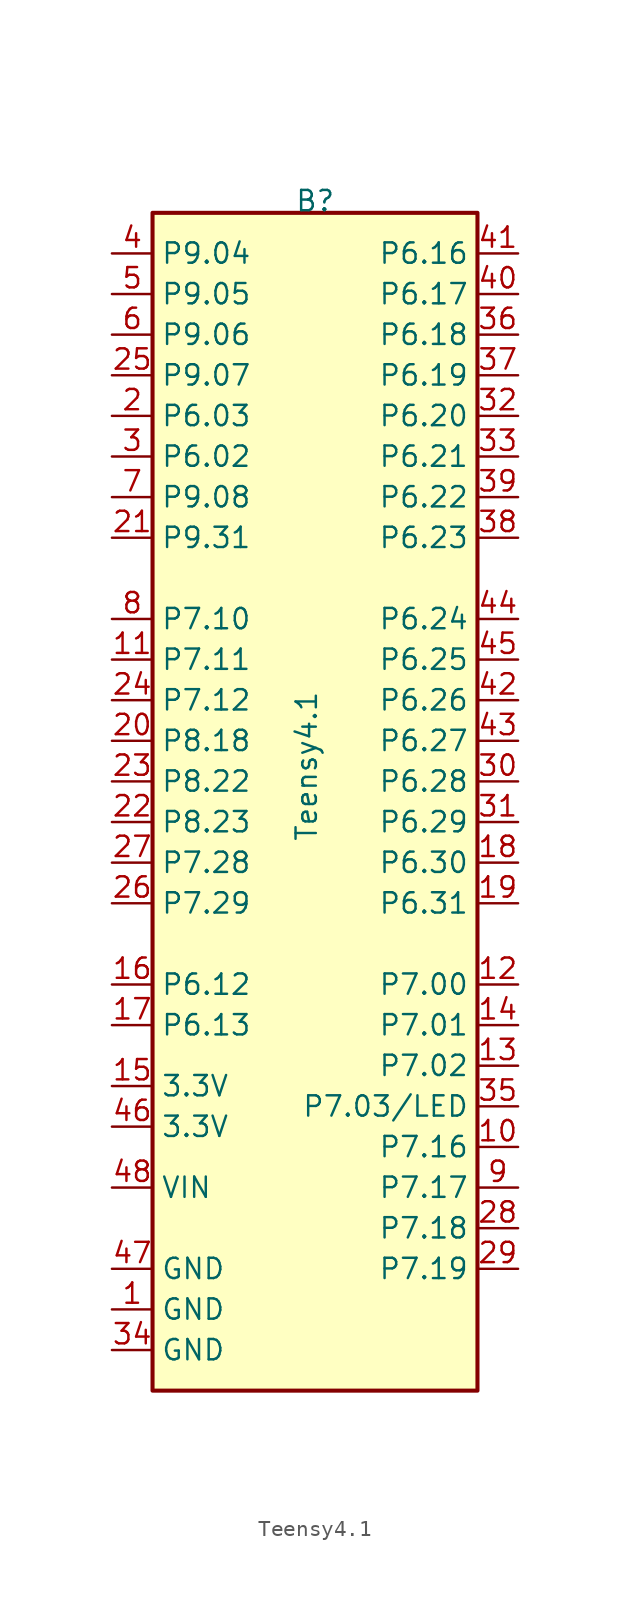
<source format=kicad_sym>
(kicad_symbol_lib
  (version 20231120)
  (generator "kicad_symbol_editor")
  (generator_version "8.0")
  (symbol "Teensy4.1"
    (property "Reference" "B"
      (at -1.27 30.48 0)
      (effects (font (size 1.27 1.27)) (justify left bottom)))
    (property "Value" "Teensy4.1"
      (at -1.27 -8.89 90)
      (effects (font (size 1.27 1.27)) (justify left top)))
    (symbol "Teensy4.1_0_0"
      (pin power_in line (at -12.7 -24.13 0) (length 2.54) (name "3.3V" (effects (font (size 1.27 1.27)))) (number "15" (effects (font (size 1.27 1.27)))))
      (pin bidirectional line (at -12.7 20.32 0) (length 2.54) (name "P9.07" (effects (font (size 1.27 1.27)))) (number "25" (effects (font (size 1.27 1.27)))))
      (pin power_in line (at -12.7 -35.56 0) (length 2.54) (name "GND" (effects (font (size 1.27 1.27)))) (number "47" (effects (font (size 1.27 1.27))))))
    (symbol "Teensy4.1_0_1"
      (rectangle (start -10.16 -43.18) (end 10.16 30.48) (stroke (width 0.254) (type default)) (fill (type background))))
    (symbol "Teensy4.1_1_1"
      (pin power_out line (at -12.7 -38.1 0) (length 2.54) (name "GND" (effects (font (size 1.27 1.27)))) (number "1" (effects (font (size 1.27 1.27)))))
      (pin bidirectional line (at 12.7 -27.94 180) (length 2.54) (name "P7.16" (effects (font (size 1.27 1.27)))) (number "10" (effects (font (size 1.27 1.27)))))
      (pin bidirectional line (at -12.7 2.54 0) (length 2.54) (name "P7.11" (effects (font (size 1.27 1.27)))) (number "11" (effects (font (size 1.27 1.27)))))
      (pin bidirectional line (at 12.7 -17.78 180) (length 2.54) (name "P7.00" (effects (font (size 1.27 1.27)))) (number "12" (effects (font (size 1.27 1.27)))))
      (pin bidirectional line (at 12.7 -22.86 180) (length 2.54) (name "P7.02" (effects (font (size 1.27 1.27)))) (number "13" (effects (font (size 1.27 1.27)))))
      (pin bidirectional line (at 12.7 -20.32 180) (length 2.54) (name "P7.01" (effects (font (size 1.27 1.27)))) (number "14" (effects (font (size 1.27 1.27)))))
      (pin bidirectional line (at -12.7 -17.78 0) (length 2.54) (name "P6.12" (effects (font (size 1.27 1.27)))) (number "16" (effects (font (size 1.27 1.27)))))
      (pin bidirectional line (at -12.7 -20.32 0) (length 2.54) (name "P6.13" (effects (font (size 1.27 1.27)))) (number "17" (effects (font (size 1.27 1.27)))))
      (pin bidirectional line (at 12.7 -10.16 180) (length 2.54) (name "P6.30" (effects (font (size 1.27 1.27)))) (number "18" (effects (font (size 1.27 1.27)))))
      (pin bidirectional line (at 12.7 -12.7 180) (length 2.54) (name "P6.31" (effects (font (size 1.27 1.27)))) (number "19" (effects (font (size 1.27 1.27)))))
      (pin bidirectional line (at -12.7 17.78 0) (length 2.54) (name "P6.03" (effects (font (size 1.27 1.27)))) (number "2" (effects (font (size 1.27 1.27)))))
      (pin bidirectional line (at -12.7 -2.54 0) (length 2.54) (name "P8.18" (effects (font (size 1.27 1.27)))) (number "20" (effects (font (size 1.27 1.27)))))
      (pin bidirectional line (at -12.7 10.16 0) (length 2.54) (name "P9.31" (effects (font (size 1.27 1.27)))) (number "21" (effects (font (size 1.27 1.27)))))
      (pin bidirectional line (at -12.7 -7.62 0) (length 2.54) (name "P8.23" (effects (font (size 1.27 1.27)))) (number "22" (effects (font (size 1.27 1.27)))))
      (pin bidirectional line (at -12.7 -5.08 0) (length 2.54) (name "P8.22" (effects (font (size 1.27 1.27)))) (number "23" (effects (font (size 1.27 1.27)))))
      (pin bidirectional line (at -12.7 0 0) (length 2.54) (name "P7.12" (effects (font (size 1.27 1.27)))) (number "24" (effects (font (size 1.27 1.27)))))
      (pin bidirectional line (at -12.7 -12.7 0) (length 2.54) (name "P7.29" (effects (font (size 1.27 1.27)))) (number "26" (effects (font (size 1.27 1.27)))))
      (pin bidirectional line (at -12.7 -10.16 0) (length 2.54) (name "P7.28" (effects (font (size 1.27 1.27)))) (number "27" (effects (font (size 1.27 1.27)))))
      (pin bidirectional line (at 12.7 -33.02 180) (length 2.54) (name "P7.18" (effects (font (size 1.27 1.27)))) (number "28" (effects (font (size 1.27 1.27)))))
      (pin bidirectional line (at 12.7 -35.56 180) (length 2.54) (name "P7.19" (effects (font (size 1.27 1.27)))) (number "29" (effects (font (size 1.27 1.27)))))
      (pin bidirectional line (at -12.7 15.24 0) (length 2.54) (name "P6.02" (effects (font (size 1.27 1.27)))) (number "3" (effects (font (size 1.27 1.27)))))
      (pin bidirectional line (at 12.7 -5.08 180) (length 2.54) (name "P6.28" (effects (font (size 1.27 1.27)))) (number "30" (effects (font (size 1.27 1.27)))))
      (pin bidirectional line (at 12.7 -7.62 180) (length 2.54) (name "P6.29" (effects (font (size 1.27 1.27)))) (number "31" (effects (font (size 1.27 1.27)))))
      (pin bidirectional line (at 12.7 17.78 180) (length 2.54) (name "P6.20" (effects (font (size 1.27 1.27)))) (number "32" (effects (font (size 1.27 1.27)))))
      (pin bidirectional line (at 12.7 15.24 180) (length 2.54) (name "P6.21" (effects (font (size 1.27 1.27)))) (number "33" (effects (font (size 1.27 1.27)))))
      (pin power_in line (at -12.7 -40.64 0) (length 2.54) (name "GND" (effects (font (size 1.27 1.27)))) (number "34" (effects (font (size 1.27 1.27)))))
      (pin bidirectional line (at 12.7 -25.4 180) (length 2.54) (name "P7.03/LED" (effects (font (size 1.27 1.27)))) (number "35" (effects (font (size 1.27 1.27)))))
      (pin bidirectional line (at 12.7 22.86 180) (length 2.54) (name "P6.18" (effects (font (size 1.27 1.27)))) (number "36" (effects (font (size 1.27 1.27)))))
      (pin bidirectional line (at 12.7 20.32 180) (length 2.54) (name "P6.19" (effects (font (size 1.27 1.27)))) (number "37" (effects (font (size 1.27 1.27)))))
      (pin bidirectional line (at 12.7 10.16 180) (length 2.54) (name "P6.23" (effects (font (size 1.27 1.27)))) (number "38" (effects (font (size 1.27 1.27)))))
      (pin bidirectional line (at 12.7 12.7 180) (length 2.54) (name "P6.22" (effects (font (size 1.27 1.27)))) (number "39" (effects (font (size 1.27 1.27)))))
      (pin bidirectional line (at -12.7 27.94 0) (length 2.54) (name "P9.04" (effects (font (size 1.27 1.27)))) (number "4" (effects (font (size 1.27 1.27)))))
      (pin bidirectional line (at 12.7 25.4 180) (length 2.54) (name "P6.17" (effects (font (size 1.27 1.27)))) (number "40" (effects (font (size 1.27 1.27)))))
      (pin bidirectional line (at 12.7 27.94 180) (length 2.54) (name "P6.16" (effects (font (size 1.27 1.27)))) (number "41" (effects (font (size 1.27 1.27)))))
      (pin bidirectional line (at 12.7 0 180) (length 2.54) (name "P6.26" (effects (font (size 1.27 1.27)))) (number "42" (effects (font (size 1.27 1.27)))))
      (pin bidirectional line (at 12.7 -2.54 180) (length 2.54) (name "P6.27" (effects (font (size 1.27 1.27)))) (number "43" (effects (font (size 1.27 1.27)))))
      (pin bidirectional line (at 12.7 5.08 180) (length 2.54) (name "P6.24" (effects (font (size 1.27 1.27)))) (number "44" (effects (font (size 1.27 1.27)))))
      (pin bidirectional line (at 12.7 2.54 180) (length 2.54) (name "P6.25" (effects (font (size 1.27 1.27)))) (number "45" (effects (font (size 1.27 1.27)))))
      (pin power_out line (at -12.7 -26.67 0) (length 2.54) (name "3.3V" (effects (font (size 1.27 1.27)))) (number "46" (effects (font (size 1.27 1.27)))))
      (pin power_out line (at -12.7 -30.48 0) (length 2.54) (name "VIN" (effects (font (size 1.27 1.27)))) (number "48" (effects (font (size 1.27 1.27)))))
      (pin bidirectional line (at -12.7 25.4 0) (length 2.54) (name "P9.05" (effects (font (size 1.27 1.27)))) (number "5" (effects (font (size 1.27 1.27)))))
      (pin bidirectional line (at -12.7 22.86 0) (length 2.54) (name "P9.06" (effects (font (size 1.27 1.27)))) (number "6" (effects (font (size 1.27 1.27)))))
      (pin bidirectional line (at -12.7 12.7 0) (length 2.54) (name "P9.08" (effects (font (size 1.27 1.27)))) (number "7" (effects (font (size 1.27 1.27)))))
      (pin bidirectional line (at -12.7 5.08 0) (length 2.54) (name "P7.10" (effects (font (size 1.27 1.27)))) (number "8" (effects (font (size 1.27 1.27)))))
      (pin bidirectional line (at 12.7 -30.48 180) (length 2.54) (name "P7.17" (effects (font (size 1.27 1.27)))) (number "9" (effects (font (size 1.27 1.27))))))))
</source>
